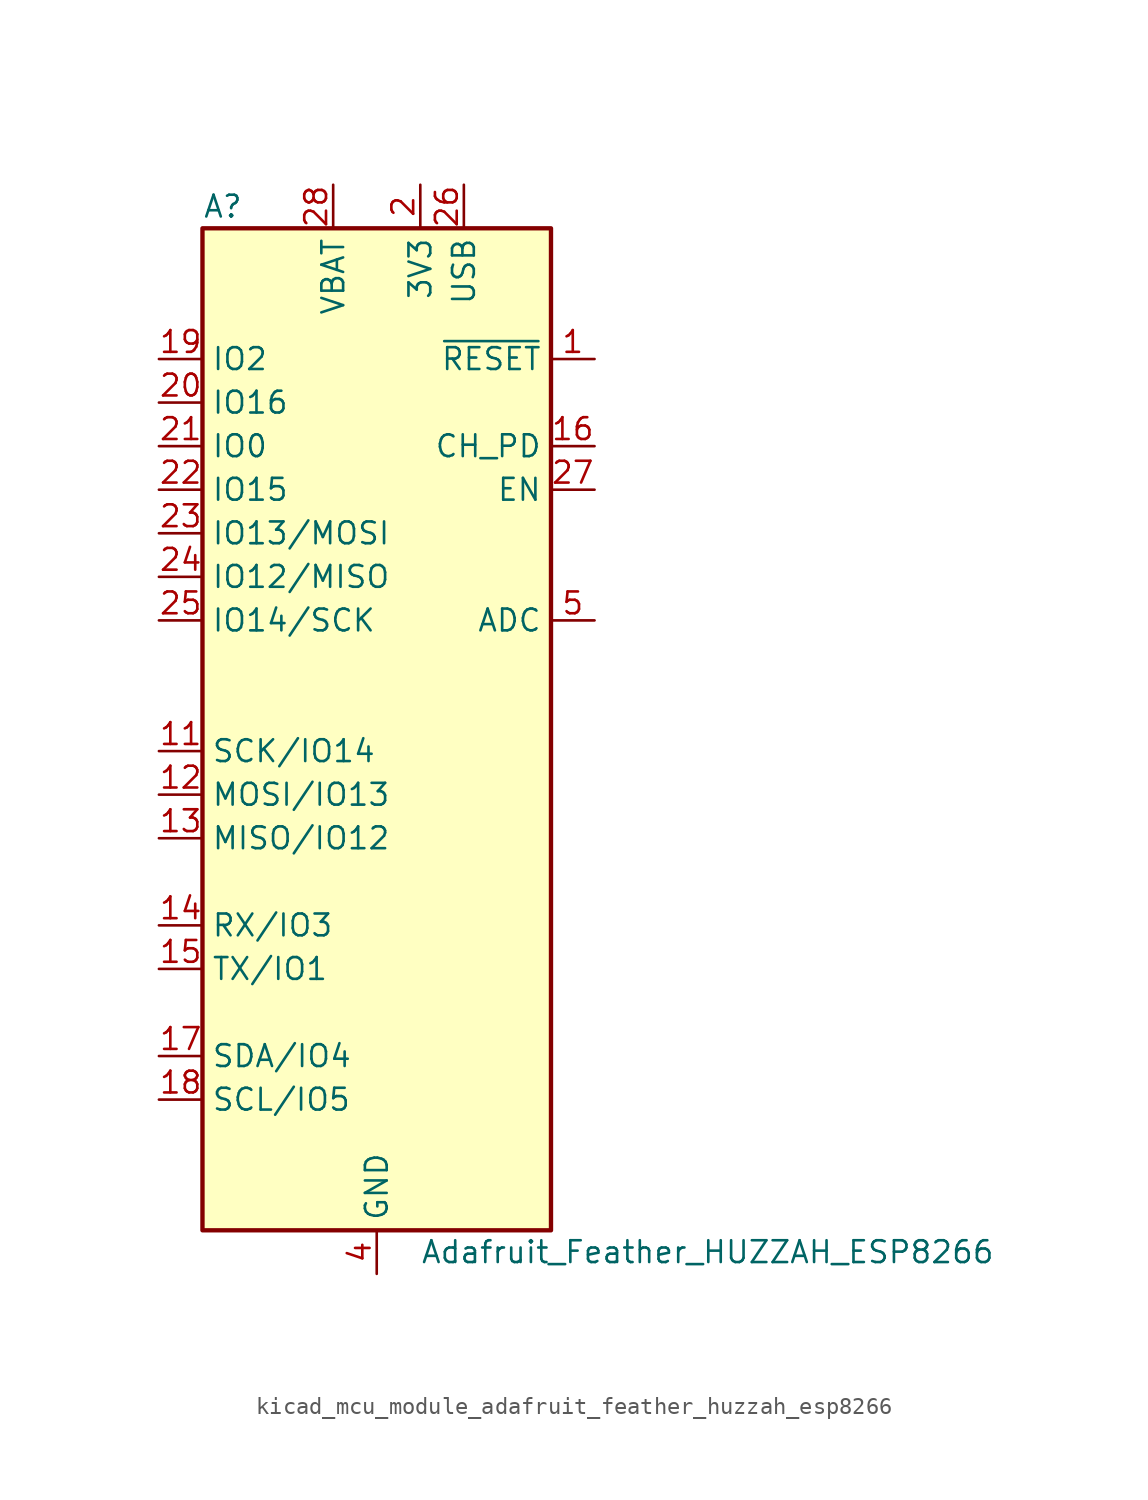
<source format=kicad_sym>
(kicad_symbol_lib
  (version 20220914)
  (generator kicad_symbol_editor)
  (symbol "kicad_mcu_module_adafruit_feather_huzzah_esp8266"
    (property "Reference" "A"
      (at -10.16 29.21 0)
      (effects (font (size 1.27 1.27)) (justify left)))
    (property "Value" "Adafruit_Feather_HUZZAH_ESP8266"
      (at 2.54 -31.75 0)
      (effects (font (size 1.27 1.27)) (justify left)))
    (symbol "kicad_mcu_module_adafruit_feather_huzzah_esp8266_0_1"
      (rectangle (start -10.16 27.94) (end 10.16 -30.48) (stroke (width 0.254) (type default)) (fill (type background))))
    (symbol "kicad_mcu_module_adafruit_feather_huzzah_esp8266_1_1"
      (pin input line (at 12.7 20.32 180) (length 2.54) (name "~{RESET}" (effects (font (size 1.27 1.27)))) (number "1" (effects (font (size 1.27 1.27)))))
      (pin no_connect line (at 10.16 -7.62 180) (length 2.54) hide (name "NC" (effects (font (size 1.27 1.27)))) (number "10" (effects (font (size 1.27 1.27)))))
      (pin bidirectional line (at -12.7 -2.54 0) (length 2.54) (name "SCK/IO14" (effects (font (size 1.27 1.27)))) (number "11" (effects (font (size 1.27 1.27)))))
      (pin bidirectional line (at -12.7 -5.08 0) (length 2.54) (name "MOSI/IO13" (effects (font (size 1.27 1.27)))) (number "12" (effects (font (size 1.27 1.27)))))
      (pin bidirectional line (at -12.7 -7.62 0) (length 2.54) (name "MISO/IO12" (effects (font (size 1.27 1.27)))) (number "13" (effects (font (size 1.27 1.27)))))
      (pin bidirectional line (at -12.7 -12.7 0) (length 2.54) (name "RX/IO3" (effects (font (size 1.27 1.27)))) (number "14" (effects (font (size 1.27 1.27)))))
      (pin bidirectional line (at -12.7 -15.24 0) (length 2.54) (name "TX/IO1" (effects (font (size 1.27 1.27)))) (number "15" (effects (font (size 1.27 1.27)))))
      (pin bidirectional line (at 12.7 15.24 180) (length 2.54) (name "CH_PD" (effects (font (size 1.27 1.27)))) (number "16" (effects (font (size 1.27 1.27)))))
      (pin bidirectional line (at -12.7 -20.32 0) (length 2.54) (name "SDA/IO4" (effects (font (size 1.27 1.27)))) (number "17" (effects (font (size 1.27 1.27)))))
      (pin bidirectional line (at -12.7 -22.86 0) (length 2.54) (name "SCL/IO5" (effects (font (size 1.27 1.27)))) (number "18" (effects (font (size 1.27 1.27)))))
      (pin bidirectional line (at -12.7 20.32 0) (length 2.54) (name "IO2" (effects (font (size 1.27 1.27)))) (number "19" (effects (font (size 1.27 1.27)))))
      (pin power_in line (at 2.54 30.48 270) (length 2.54) (name "3V3" (effects (font (size 1.27 1.27)))) (number "2" (effects (font (size 1.27 1.27)))))
      (pin bidirectional line (at -12.7 17.78 0) (length 2.54) (name "IO16" (effects (font (size 1.27 1.27)))) (number "20" (effects (font (size 1.27 1.27)))))
      (pin bidirectional line (at -12.7 15.24 0) (length 2.54) (name "IO0" (effects (font (size 1.27 1.27)))) (number "21" (effects (font (size 1.27 1.27)))))
      (pin bidirectional line (at -12.7 12.7 0) (length 2.54) (name "IO15" (effects (font (size 1.27 1.27)))) (number "22" (effects (font (size 1.27 1.27)))))
      (pin bidirectional line (at -12.7 10.16 0) (length 2.54) (name "IO13/MOSI" (effects (font (size 1.27 1.27)))) (number "23" (effects (font (size 1.27 1.27)))))
      (pin bidirectional line (at -12.7 7.62 0) (length 2.54) (name "IO12/MISO" (effects (font (size 1.27 1.27)))) (number "24" (effects (font (size 1.27 1.27)))))
      (pin bidirectional line (at -12.7 5.08 0) (length 2.54) (name "IO14/SCK" (effects (font (size 1.27 1.27)))) (number "25" (effects (font (size 1.27 1.27)))))
      (pin power_in line (at 5.08 30.48 270) (length 2.54) (name "USB" (effects (font (size 1.27 1.27)))) (number "26" (effects (font (size 1.27 1.27)))))
      (pin input line (at 12.7 12.7 180) (length 2.54) (name "EN" (effects (font (size 1.27 1.27)))) (number "27" (effects (font (size 1.27 1.27)))))
      (pin power_in line (at -2.54 30.48 270) (length 2.54) (name "VBAT" (effects (font (size 1.27 1.27)))) (number "28" (effects (font (size 1.27 1.27)))))
      (pin no_connect line (at 10.16 10.16 180) (length 2.54) hide (name "NC" (effects (font (size 1.27 1.27)))) (number "3" (effects (font (size 1.27 1.27)))))
      (pin power_in line (at 0 -33.02 90) (length 2.54) (name "GND" (effects (font (size 1.27 1.27)))) (number "4" (effects (font (size 1.27 1.27)))))
      (pin bidirectional line (at 12.7 5.08 180) (length 2.54) (name "ADC" (effects (font (size 1.27 1.27)))) (number "5" (effects (font (size 1.27 1.27)))))
      (pin no_connect line (at 10.16 2.54 180) (length 2.54) hide (name "NC" (effects (font (size 1.27 1.27)))) (number "6" (effects (font (size 1.27 1.27)))))
      (pin no_connect line (at 10.16 0 180) (length 2.54) hide (name "NC" (effects (font (size 1.27 1.27)))) (number "7" (effects (font (size 1.27 1.27)))))
      (pin no_connect line (at 10.16 -2.54 180) (length 2.54) hide (name "NC" (effects (font (size 1.27 1.27)))) (number "8" (effects (font (size 1.27 1.27)))))
      (pin no_connect line (at 10.16 -5.08 180) (length 2.54) hide (name "NC" (effects (font (size 1.27 1.27)))) (number "9" (effects (font (size 1.27 1.27))))))))
</source>
